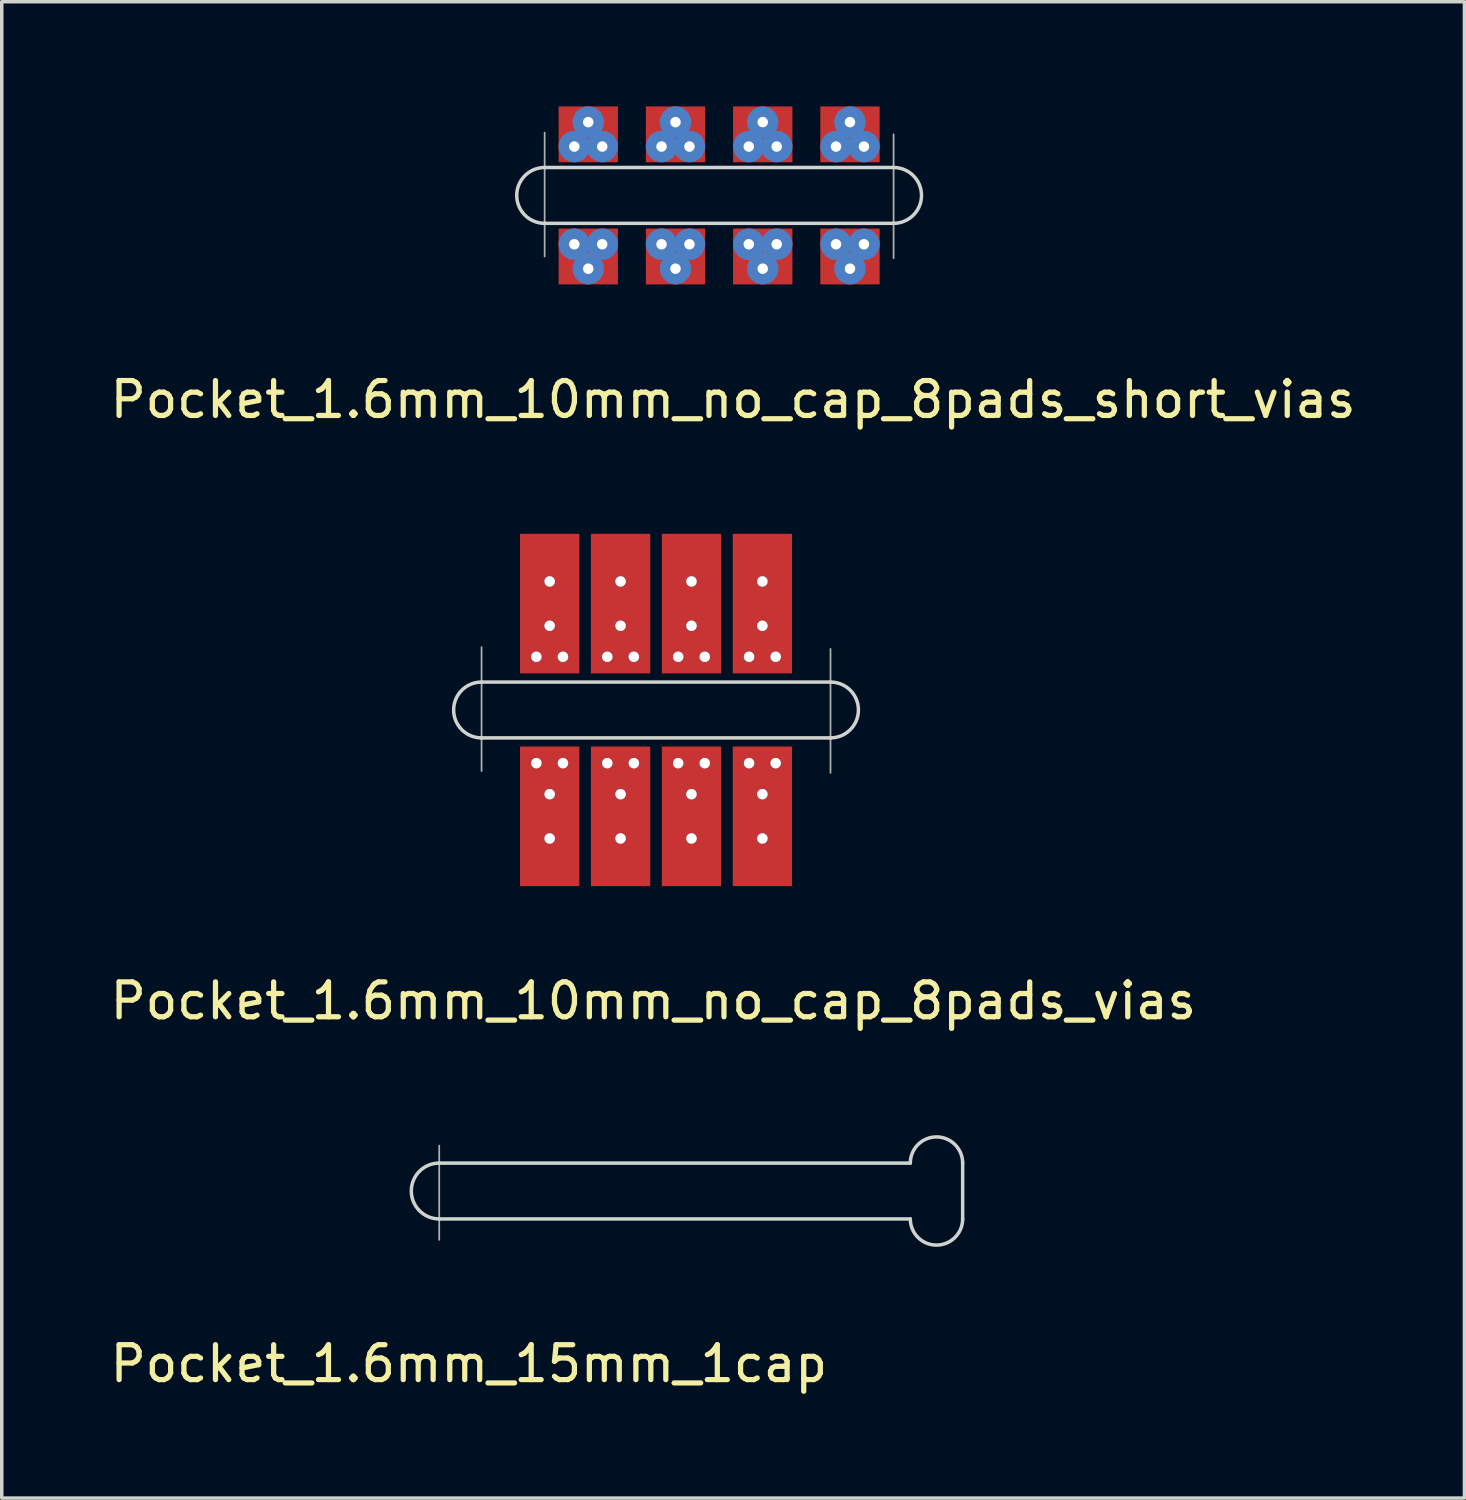
<source format=kicad_pcb>
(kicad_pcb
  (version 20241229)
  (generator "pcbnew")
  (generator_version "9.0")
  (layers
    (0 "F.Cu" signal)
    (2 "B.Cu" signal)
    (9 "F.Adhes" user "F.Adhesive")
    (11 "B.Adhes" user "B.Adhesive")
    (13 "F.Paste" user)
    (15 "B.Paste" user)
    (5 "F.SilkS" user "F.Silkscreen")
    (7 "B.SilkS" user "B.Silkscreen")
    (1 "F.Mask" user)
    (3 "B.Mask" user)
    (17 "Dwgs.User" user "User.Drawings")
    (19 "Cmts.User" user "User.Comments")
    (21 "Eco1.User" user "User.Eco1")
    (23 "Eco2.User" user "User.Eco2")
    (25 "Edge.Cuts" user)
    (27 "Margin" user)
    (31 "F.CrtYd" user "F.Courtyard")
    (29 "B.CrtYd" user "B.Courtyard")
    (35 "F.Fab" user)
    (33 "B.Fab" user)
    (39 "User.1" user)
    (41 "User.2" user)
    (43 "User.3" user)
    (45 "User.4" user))
  (footprint "Pocket_1.6mm_10mm_no_cap_8pads_short_vias"
    (layer "F.Cu")
    (at 17.558 2.55)
    (property "Reference" "Pocket_1.6mm_10mm_no_cap_8pads_short_vias" (at 0.4 5.85 0) (layer "F.SilkS") (effects (font (size 1 1) (thickness 0.15))))
    (attr through_hole)
    (fp_line (start -5 -0.8) (end 5 -0.8) (stroke (width 0.1) (type solid)) (layer "Edge.Cuts"))
    (fp_line (start -5 0.8) (end 5 0.8) (stroke (width 0.1) (type solid)) (layer "Edge.Cuts"))
    (fp_arc (start -5 0.8) (mid -5.8 0) (end -5 -0.8) (stroke (width 0.1) (type solid)) (layer "Edge.Cuts"))
    (fp_arc (start 5 -0.8) (mid 5.8 0) (end 5 0.8) (stroke (width 0.1) (type solid)) (layer "Edge.Cuts"))
    (fp_line (start -5 -1.8) (end -5 1.75) (stroke (width 0.05) (type solid)) (layer "F.Fab"))
    (fp_line (start 5 1.8) (end 5 -1.75) (stroke (width 0.05) (type solid)) (layer "F.Fab"))
    (pad "1" thru_hole circle (at -4.15 1.4) (size 0.9 0.9) (drill 0.3) (layers "*.Cu" "F.Mask"))
    (pad "1" smd rect (at -3.75 1.75) (size 1.7 1.6) (layers "F.Cu" "F.Mask" "F.Paste"))
    (pad "1" thru_hole circle (at -3.75 2.1) (size 0.9 0.9) (drill 0.3) (layers "*.Cu" "F.Mask"))
    (pad "1" thru_hole circle (at -3.35 1.4) (size 0.9 0.9) (drill 0.3) (layers "*.Cu" "F.Mask"))
    (pad "2" thru_hole circle (at -4.15 -1.4) (size 0.9 0.9) (drill 0.3) (layers "*.Cu" "F.Mask"))
    (pad "2" thru_hole circle (at -3.75 -2.1) (size 0.9 0.9) (drill 0.3) (layers "*.Cu" "F.Mask"))
    (pad "2" smd rect (at -3.75 -1.75) (size 1.7 1.6) (layers "F.Cu" "F.Mask" "F.Paste"))
    (pad "2" thru_hole circle (at -3.35 -1.4) (size 0.9 0.9) (drill 0.3) (layers "*.Cu" "F.Mask"))
    (pad "3" thru_hole circle (at -1.65 1.4) (size 0.9 0.9) (drill 0.3) (layers "*.Cu" "F.Mask"))
    (pad "3" smd rect (at -1.25 1.75) (size 1.7 1.6) (layers "F.Cu" "F.Mask" "F.Paste"))
    (pad "3" thru_hole circle (at -1.25 2.1) (size 0.9 0.9) (drill 0.3) (layers "*.Cu" "F.Mask"))
    (pad "3" thru_hole circle (at -0.85 1.4) (size 0.9 0.9) (drill 0.3) (layers "*.Cu" "F.Mask"))
    (pad "4" thru_hole circle (at -1.65 -1.4) (size 0.9 0.9) (drill 0.3) (layers "*.Cu" "F.Mask"))
    (pad "4" thru_hole circle (at -1.25 -2.1) (size 0.9 0.9) (drill 0.3) (layers "*.Cu" "F.Mask"))
    (pad "4" smd rect (at -1.25 -1.75) (size 1.7 1.6) (layers "F.Cu" "F.Mask" "F.Paste"))
    (pad "4" thru_hole circle (at -0.85 -1.4) (size 0.9 0.9) (drill 0.3) (layers "*.Cu" "F.Mask"))
    (pad "5" thru_hole circle (at 0.85 1.4) (size 0.9 0.9) (drill 0.3) (layers "*.Cu" "F.Mask"))
    (pad "5" smd rect (at 1.25 1.75) (size 1.7 1.6) (layers "F.Cu" "F.Mask" "F.Paste"))
    (pad "5" thru_hole circle (at 1.25 2.1) (size 0.9 0.9) (drill 0.3) (layers "*.Cu" "F.Mask"))
    (pad "5" thru_hole circle (at 1.65 1.4) (size 0.9 0.9) (drill 0.3) (layers "*.Cu" "F.Mask"))
    (pad "6" thru_hole circle (at 0.85 -1.4) (size 0.9 0.9) (drill 0.3) (layers "*.Cu" "F.Mask"))
    (pad "6" thru_hole circle (at 1.25 -2.1) (size 0.9 0.9) (drill 0.3) (layers "*.Cu" "F.Mask"))
    (pad "6" smd rect (at 1.25 -1.75) (size 1.7 1.6) (layers "F.Cu" "F.Mask" "F.Paste"))
    (pad "6" thru_hole circle (at 1.65 -1.4) (size 0.9 0.9) (drill 0.3) (layers "*.Cu" "F.Mask"))
    (pad "7" thru_hole circle (at 3.35 1.4) (size 0.9 0.9) (drill 0.3) (layers "*.Cu" "F.Mask"))
    (pad "7" smd rect (at 3.75 1.75) (size 1.7 1.6) (layers "F.Cu" "F.Mask" "F.Paste"))
    (pad "7" thru_hole circle (at 3.75 2.1) (size 0.9 0.9) (drill 0.3) (layers "*.Cu" "F.Mask"))
    (pad "7" thru_hole circle (at 4.15 1.4) (size 0.9 0.9) (drill 0.3) (layers "*.Cu" "F.Mask"))
    (pad "8" thru_hole circle (at 3.35 -1.4) (size 0.9 0.9) (drill 0.3) (layers "*.Cu" "F.Mask"))
    (pad "8" thru_hole circle (at 3.75 -2.1) (size 0.9 0.9) (drill 0.3) (layers "*.Cu" "F.Mask"))
    (pad "8" smd rect (at 3.75 -1.75) (size 1.7 1.6) (layers "F.Cu" "F.Mask" "F.Paste"))
    (pad "8" thru_hole circle (at 4.15 -1.4) (size 0.9 0.9) (drill 0.3) (layers "*.Cu" "F.Mask")))
  (footprint "Pocket_1.6mm_10mm_no_cap_8pads_vias"
    (layer "F.Cu")
    (at 15.75 17.296)
    (property "Reference" "Pocket_1.6mm_10mm_no_cap_8pads_vias" (at -0.077 8.337 0) (layer "F.SilkS") (effects (font (size 1 1) (thickness 0.15))))
    (attr through_hole)
    (fp_line (start -5 -0.8) (end 5 -0.8) (stroke (width 0.1) (type solid)) (layer "Edge.Cuts"))
    (fp_line (start -5 0.8) (end 5 0.8) (stroke (width 0.1) (type solid)) (layer "Edge.Cuts"))
    (fp_arc (start -5 0.8) (mid -5.8 0) (end -5 -0.8) (stroke (width 0.1) (type solid)) (layer "Edge.Cuts"))
    (fp_arc (start 5 -0.8) (mid 5.8 0) (end 5 0.8) (stroke (width 0.1) (type solid)) (layer "Edge.Cuts"))
    (fp_line (start -5 -1.8) (end -5 1.75) (stroke (width 0.05) (type solid)) (layer "F.Fab"))
    (fp_line (start 5 1.8) (end 5 -1.75) (stroke (width 0.05) (type solid)) (layer "F.Fab"))
    (pad "1" thru_hole circle (at -3.429 1.524) (size 0.3 0.3) (drill 0.3) (layers "*.Cu" "*.Mask"))
    (pad "1" thru_hole circle (at -3.048 2.413) (size 0.3 0.3) (drill 0.3) (layers "*.Cu" "*.Mask"))
    (pad "1" smd rect (at -3.048 3.048) (size 1.7 4) (layers "F.Cu" "F.Mask" "F.Paste"))
    (pad "1" thru_hole circle (at -3.048 3.683) (size 0.3 0.3) (drill 0.3) (layers "*.Cu" "*.Mask"))
    (pad "1" thru_hole circle (at -2.667 1.524) (size 0.3 0.3) (drill 0.3) (layers "*.Cu" "*.Mask"))
    (pad "2" thru_hole circle (at -3.429 -1.524) (size 0.3 0.3) (drill 0.3) (layers "*.Cu" "*.Mask"))
    (pad "2" thru_hole circle (at -3.048 -3.683) (size 0.3 0.3) (drill 0.3) (layers "*.Cu" "*.Mask"))
    (pad "2" smd rect (at -3.048 -3.048) (size 1.7 4) (layers "F.Cu" "F.Mask" "F.Paste"))
    (pad "2" thru_hole circle (at -3.048 -2.413) (size 0.3 0.3) (drill 0.3) (layers "*.Cu" "*.Mask"))
    (pad "2" thru_hole circle (at -2.667 -1.524) (size 0.3 0.3) (drill 0.3) (layers "*.Cu" "*.Mask"))
    (pad "3" thru_hole circle (at -1.397 1.524) (size 0.3 0.3) (drill 0.3) (layers "*.Cu" "*.Mask"))
    (pad "3" thru_hole circle (at -1.016 2.413) (size 0.3 0.3) (drill 0.3) (layers "*.Cu" "*.Mask"))
    (pad "3" smd rect (at -1.016 3.048) (size 1.7 4) (layers "F.Cu" "F.Mask" "F.Paste"))
    (pad "3" thru_hole circle (at -1.016 3.683) (size 0.3 0.3) (drill 0.3) (layers "*.Cu" "*.Mask"))
    (pad "3" thru_hole circle (at -0.635 1.524) (size 0.3 0.3) (drill 0.3) (layers "*.Cu" "*.Mask"))
    (pad "4" thru_hole circle (at -1.397 -1.524) (size 0.3 0.3) (drill 0.3) (layers "*.Cu" "*.Mask"))
    (pad "4" thru_hole circle (at -1.016 -3.683) (size 0.3 0.3) (drill 0.3) (layers "*.Cu" "*.Mask"))
    (pad "4" smd rect (at -1.016 -3.048) (size 1.7 4) (layers "F.Cu" "F.Mask" "F.Paste"))
    (pad "4" thru_hole circle (at -1.016 -2.413) (size 0.3 0.3) (drill 0.3) (layers "*.Cu" "*.Mask"))
    (pad "4" thru_hole circle (at -0.635 -1.524) (size 0.3 0.3) (drill 0.3) (layers "*.Cu" "*.Mask"))
    (pad "5" thru_hole circle (at 0.635 1.524) (size 0.3 0.3) (drill 0.3) (layers "*.Cu" "*.Mask"))
    (pad "5" thru_hole circle (at 1.016 2.413) (size 0.3 0.3) (drill 0.3) (layers "*.Cu" "*.Mask"))
    (pad "5" smd rect (at 1.016 3.048) (size 1.7 4) (layers "F.Cu" "F.Mask" "F.Paste"))
    (pad "5" thru_hole circle (at 1.016 3.683) (size 0.3 0.3) (drill 0.3) (layers "*.Cu" "*.Mask"))
    (pad "5" thru_hole circle (at 1.397 1.524) (size 0.3 0.3) (drill 0.3) (layers "*.Cu" "*.Mask"))
    (pad "6" thru_hole circle (at 0.635 -1.524) (size 0.3 0.3) (drill 0.3) (layers "*.Cu" "*.Mask"))
    (pad "6" thru_hole circle (at 1.016 -3.683) (size 0.3 0.3) (drill 0.3) (layers "*.Cu" "*.Mask"))
    (pad "6" smd rect (at 1.016 -3.048) (size 1.7 4) (layers "F.Cu" "F.Mask" "F.Paste"))
    (pad "6" thru_hole circle (at 1.016 -2.413) (size 0.3 0.3) (drill 0.3) (layers "*.Cu" "*.Mask"))
    (pad "6" thru_hole circle (at 1.397 -1.524) (size 0.3 0.3) (drill 0.3) (layers "*.Cu" "*.Mask"))
    (pad "7" thru_hole circle (at 2.667 1.524) (size 0.3 0.3) (drill 0.3) (layers "*.Cu" "*.Mask"))
    (pad "7" thru_hole circle (at 3.048 2.413) (size 0.3 0.3) (drill 0.3) (layers "*.Cu" "*.Mask"))
    (pad "7" smd rect (at 3.048 3.048) (size 1.7 4) (layers "F.Cu" "F.Mask" "F.Paste"))
    (pad "7" thru_hole circle (at 3.048 3.683) (size 0.3 0.3) (drill 0.3) (layers "*.Cu" "*.Mask"))
    (pad "7" thru_hole circle (at 3.429 1.524) (size 0.3 0.3) (drill 0.3) (layers "*.Cu" "*.Mask"))
    (pad "8" thru_hole circle (at 2.667 -1.524) (size 0.3 0.3) (drill 0.3) (layers "*.Cu" "*.Mask"))
    (pad "8" thru_hole circle (at 3.048 -3.683) (size 0.3 0.3) (drill 0.3) (layers "*.Cu" "*.Mask"))
    (pad "8" smd rect (at 3.048 -3.048) (size 1.7 4) (layers "F.Cu" "F.Mask" "F.Paste"))
    (pad "8" thru_hole circle (at 3.048 -2.413) (size 0.3 0.3) (drill 0.3) (layers "*.Cu" "*.Mask"))
    (pad "8" thru_hole circle (at 3.429 -1.524) (size 0.3 0.3) (drill 0.3) (layers "*.Cu" "*.Mask")))
  (footprint "Pocket_1.6mm_15mm_1cap"
    (layer "F.Cu")
    (at 17.037 31.081)
    (property "Reference" "Pocket_1.6mm_15mm_1cap" (at -6.65 4.95 0) (layer "F.SilkS") (effects (font (size 1 1) (thickness 0.15))))
    (attr through_hole)
    (fp_line (start -7.5 -0.8) (end 6 -0.8) (stroke (width 0.1) (type solid)) (layer "Edge.Cuts"))
    (fp_line (start -7.5 0.8) (end 6 0.8) (stroke (width 0.1) (type solid)) (layer "Edge.Cuts"))
    (fp_line (start 7.5 -0.8) (end 7.5 0.8) (stroke (width 0.1) (type solid)) (layer "Edge.Cuts"))
    (fp_arc (start -7.5 0.8) (mid -8.3 0) (end -7.5 -0.8) (stroke (width 0.1) (type solid)) (layer "Edge.Cuts"))
    (fp_arc (start 6 -0.8) (mid 6.75 -1.55) (end 7.5 -0.8) (stroke (width 0.1) (type solid)) (layer "Edge.Cuts"))
    (fp_arc (start 7.5 0.8) (mid 6.75 1.55) (end 6 0.8) (stroke (width 0.1) (type solid)) (layer "Edge.Cuts"))
    (fp_line (start -7.5 -1.3) (end -7.5 1.4) (stroke (width 0.05) (type solid)) (layer "F.Fab")))
  (gr_rect
    (start -3 -3)
    (end 38.917 39.88)
    (stroke (width 0.1) (type default))
    (fill no)
    (layer "Edge.Cuts")))
</source>
